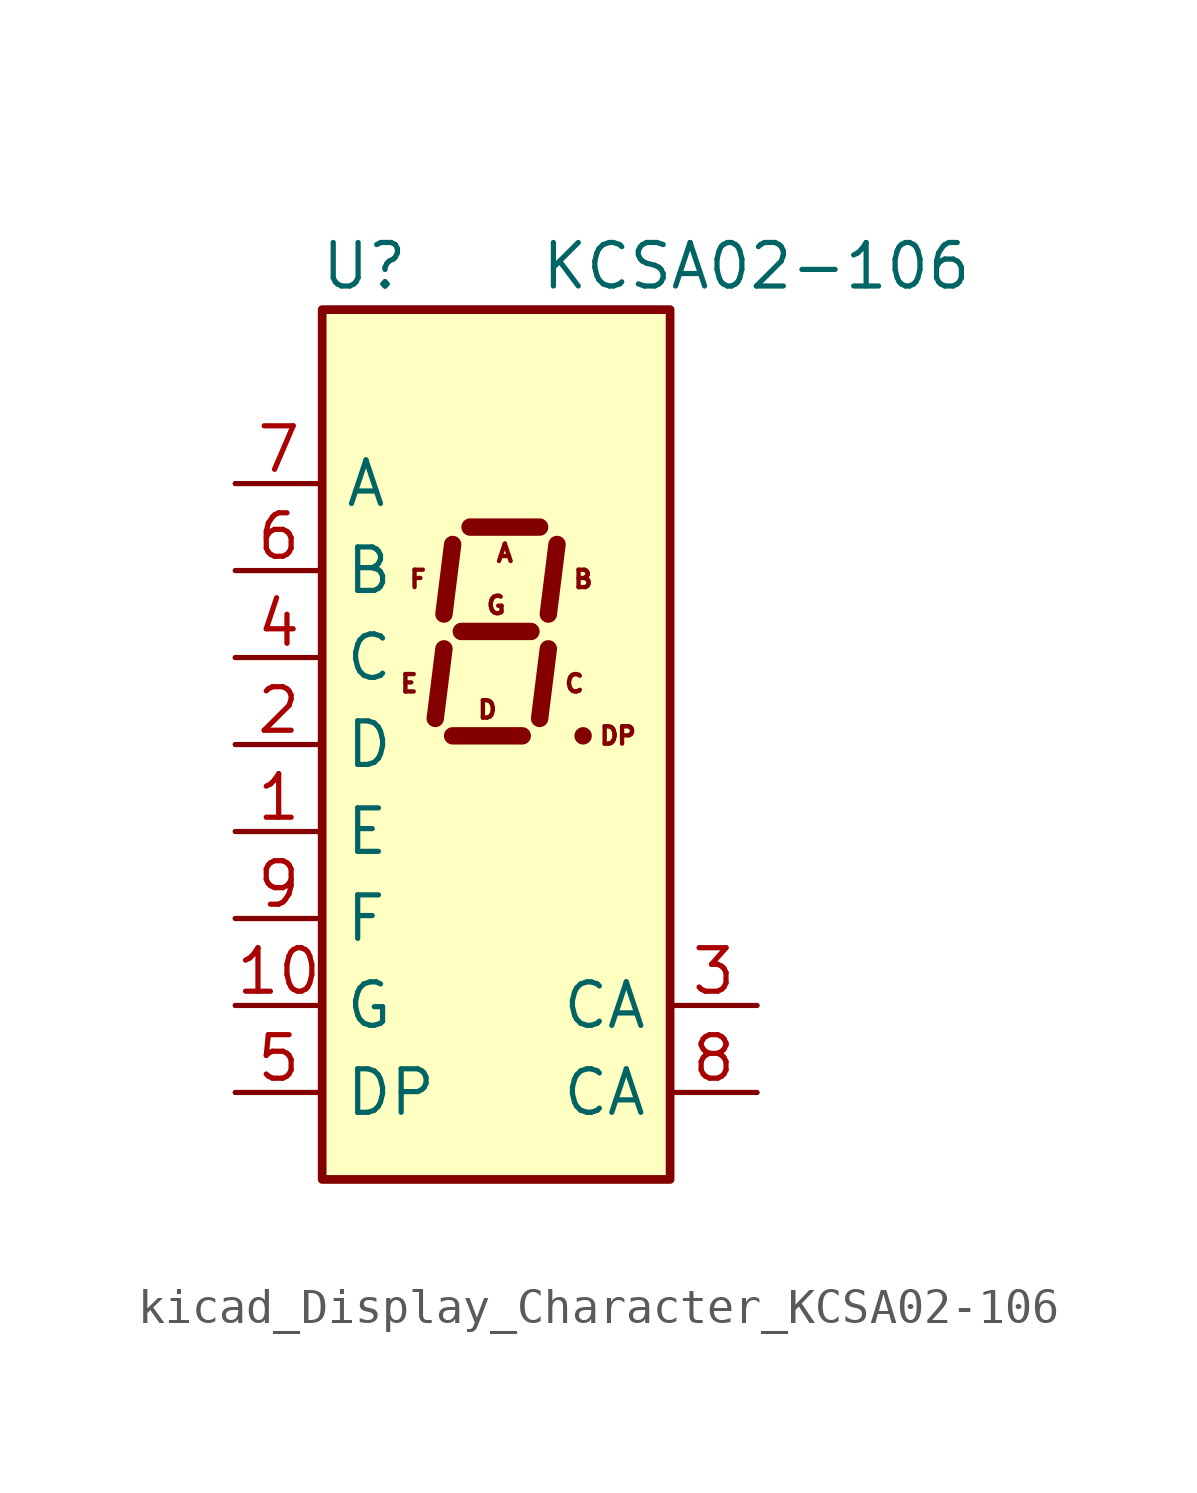
<source format=kicad_sym>
(kicad_symbol_lib
  (version 20220914)
  (generator kicad_symbol_editor)
  (symbol "kicad_Display_Character_KCSA02-106"
    (pin_names
      (offset 0.635))
    (property "Reference" "U"
      (at -2.54 13.97 0)
      (effects (font (size 1.27 1.27)) (justify right)))
    (property "Value" "KCSA02-106"
      (at 1.27 13.97 0)
      (effects (font (size 1.27 1.27)) (justify left)))
    (symbol "kicad_Display_Character_KCSA02-106_0_0"
      (text "A" (at 0.254 5.588 0) (effects (font (size 0.508 0.508))))
      (text "B" (at 2.54 4.826 0) (effects (font (size 0.508 0.508))))
      (text "C" (at 2.286 1.778 0) (effects (font (size 0.508 0.508))))
      (text "D" (at -0.254 1.016 0) (effects (font (size 0.508 0.508))))
      (text "DP" (at 3.556 0.254 0) (effects (font (size 0.508 0.508))))
      (text "E" (at -2.54 1.778 0) (effects (font (size 0.508 0.508))))
      (text "F" (at -2.286 4.826 0) (effects (font (size 0.508 0.508))))
      (text "G" (at 0 4.064 0) (effects (font (size 0.508 0.508)))))
    (symbol "kicad_Display_Character_KCSA02-106_0_1"
      (rectangle (start -5.08 12.7) (end 5.08 -12.7) (stroke (width 0.254) (type default)) (fill (type background)))
      (polyline (pts (xy -1.524 2.794) (xy -1.778 0.762)) (stroke (width 0.508) (type default)) (fill (type none)))
      (polyline (pts (xy -1.27 0.254) (xy 0.762 0.254)) (stroke (width 0.508) (type default)) (fill (type none)))
      (polyline (pts (xy -1.27 5.842) (xy -1.524 3.81)) (stroke (width 0.508) (type default)) (fill (type none)))
      (polyline (pts (xy -1.016 3.302) (xy 1.016 3.302)) (stroke (width 0.508) (type default)) (fill (type none)))
      (polyline (pts (xy -0.762 6.35) (xy 1.27 6.35)) (stroke (width 0.508) (type default)) (fill (type none)))
      (polyline (pts (xy 1.524 2.794) (xy 1.27 0.762)) (stroke (width 0.508) (type default)) (fill (type none)))
      (polyline (pts (xy 1.778 5.842) (xy 1.524 3.81)) (stroke (width 0.508) (type default)) (fill (type none)))
      (polyline (pts (xy 2.54 0.254) (xy 2.54 0.254)) (stroke (width 0.508) (type default)) (fill (type none))))
    (symbol "kicad_Display_Character_KCSA02-106_1_1"
      (pin input line (at -7.62 -2.54 0) (length 2.54) (name "E" (effects (font (size 1.27 1.27)))) (number "1" (effects (font (size 1.27 1.27)))))
      (pin input line (at -7.62 -7.62 0) (length 2.54) (name "G" (effects (font (size 1.27 1.27)))) (number "10" (effects (font (size 1.27 1.27)))))
      (pin input line (at -7.62 0 0) (length 2.54) (name "D" (effects (font (size 1.27 1.27)))) (number "2" (effects (font (size 1.27 1.27)))))
      (pin input line (at 7.62 -7.62 180) (length 2.54) (name "CA" (effects (font (size 1.27 1.27)))) (number "3" (effects (font (size 1.27 1.27)))))
      (pin input line (at -7.62 2.54 0) (length 2.54) (name "C" (effects (font (size 1.27 1.27)))) (number "4" (effects (font (size 1.27 1.27)))))
      (pin input line (at -7.62 -10.16 0) (length 2.54) (name "DP" (effects (font (size 1.27 1.27)))) (number "5" (effects (font (size 1.27 1.27)))))
      (pin input line (at -7.62 5.08 0) (length 2.54) (name "B" (effects (font (size 1.27 1.27)))) (number "6" (effects (font (size 1.27 1.27)))))
      (pin input line (at -7.62 7.62 0) (length 2.54) (name "A" (effects (font (size 1.27 1.27)))) (number "7" (effects (font (size 1.27 1.27)))))
      (pin input line (at 7.62 -10.16 180) (length 2.54) (name "CA" (effects (font (size 1.27 1.27)))) (number "8" (effects (font (size 1.27 1.27)))))
      (pin input line (at -7.62 -5.08 0) (length 2.54) (name "F" (effects (font (size 1.27 1.27)))) (number "9" (effects (font (size 1.27 1.27))))))))
</source>
